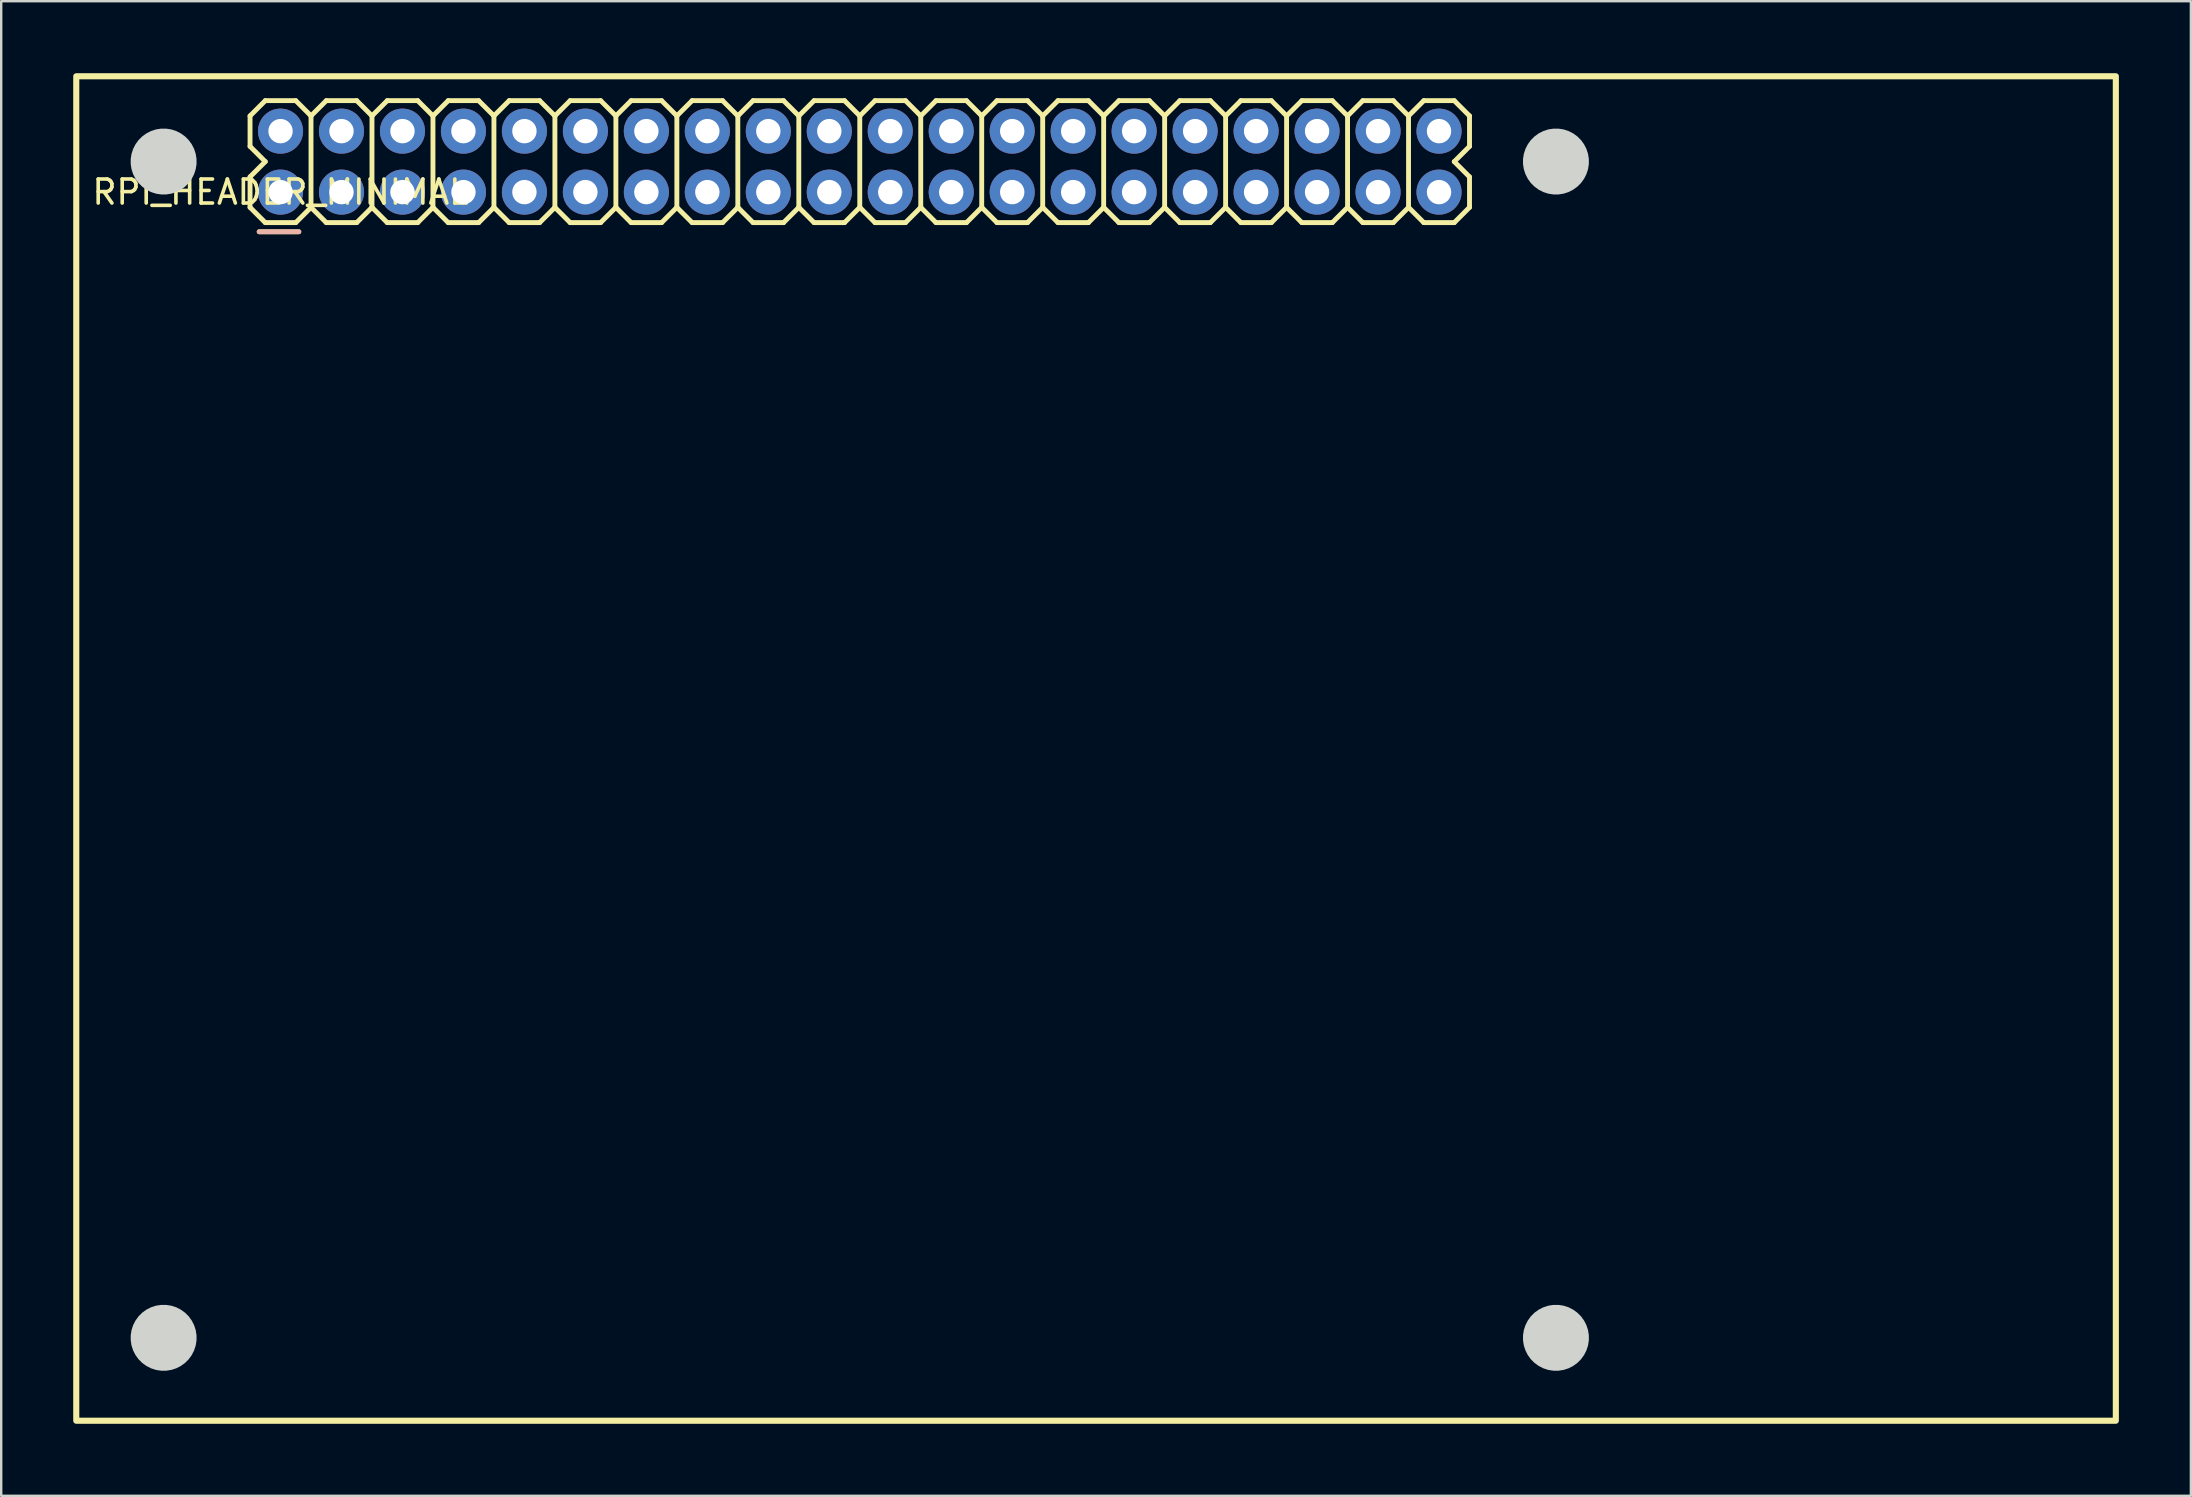
<source format=kicad_pcb>
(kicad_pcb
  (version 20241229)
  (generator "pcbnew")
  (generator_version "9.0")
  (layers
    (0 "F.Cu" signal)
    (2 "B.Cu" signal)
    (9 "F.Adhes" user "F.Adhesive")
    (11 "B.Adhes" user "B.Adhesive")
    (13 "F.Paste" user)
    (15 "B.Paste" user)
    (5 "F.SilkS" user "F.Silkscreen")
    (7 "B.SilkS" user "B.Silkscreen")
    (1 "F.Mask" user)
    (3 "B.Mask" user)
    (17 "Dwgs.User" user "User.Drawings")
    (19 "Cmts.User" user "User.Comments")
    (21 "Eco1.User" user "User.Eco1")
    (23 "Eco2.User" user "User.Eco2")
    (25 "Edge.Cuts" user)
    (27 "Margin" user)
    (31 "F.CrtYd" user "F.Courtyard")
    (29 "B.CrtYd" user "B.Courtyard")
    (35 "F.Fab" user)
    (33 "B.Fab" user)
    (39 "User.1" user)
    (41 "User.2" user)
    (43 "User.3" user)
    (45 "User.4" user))
  (footprint "RPI_HEADER_MINIMAL"
    (layer "F.Cu")
    (at 8.636 4.953)
    (property "Reference" "RPI_HEADER_MINIMAL" (at 0 0 0) (layer "F.SilkS") (effects (font (size 1 1) (thickness 0.15))))
    (fp_line (start -1.27 -3.175) (end -1.27 -1.905) (stroke (width 0.203) (type default)) (layer "F.SilkS"))
    (fp_line (start -1.27 -3.175) (end -0.635 -3.81) (stroke (width 0.203) (type default)) (layer "F.SilkS"))
    (fp_line (start -1.27 -1.905) (end -0.635 -1.27) (stroke (width 0.203) (type default)) (layer "F.SilkS"))
    (fp_line (start -1.27 -0.635) (end -1.27 0.635) (stroke (width 0.203) (type default)) (layer "F.SilkS"))
    (fp_line (start -1.27 0.635) (end -0.635 1.27) (stroke (width 0.203) (type default)) (layer "F.SilkS"))
    (fp_line (start -0.889 1.651) (end 0.762 1.651) (stroke (width 0.203) (type default)) (layer "F.SilkS"))
    (fp_line (start -0.635 -3.81) (end 0.635 -3.81) (stroke (width 0.203) (type default)) (layer "F.SilkS"))
    (fp_line (start -0.635 -1.27) (end -1.27 -0.635) (stroke (width 0.203) (type default)) (layer "F.SilkS"))
    (fp_line (start 0.635 -3.81) (end 1.27 -3.175) (stroke (width 0.203) (type default)) (layer "F.SilkS"))
    (fp_line (start 0.635 1.27) (end -0.635 1.27) (stroke (width 0.203) (type default)) (layer "F.SilkS"))
    (fp_line (start 1.27 -3.175) (end 1.27 0.635) (stroke (width 0.203) (type default)) (layer "F.SilkS"))
    (fp_line (start 1.27 -3.175) (end 1.905 -3.81) (stroke (width 0.203) (type default)) (layer "F.SilkS"))
    (fp_line (start 1.27 0.635) (end 0.635 1.27) (stroke (width 0.203) (type default)) (layer "F.SilkS"))
    (fp_line (start 1.905 -3.81) (end 3.175 -3.81) (stroke (width 0.203) (type default)) (layer "F.SilkS"))
    (fp_line (start 1.905 1.27) (end 1.27 0.635) (stroke (width 0.203) (type default)) (layer "F.SilkS"))
    (fp_line (start 3.175 -3.81) (end 3.81 -3.175) (stroke (width 0.203) (type default)) (layer "F.SilkS"))
    (fp_line (start 3.175 1.27) (end 1.905 1.27) (stroke (width 0.203) (type default)) (layer "F.SilkS"))
    (fp_line (start 3.81 -3.175) (end 3.81 0.635) (stroke (width 0.203) (type default)) (layer "F.SilkS"))
    (fp_line (start 3.81 -3.175) (end 4.445 -3.81) (stroke (width 0.203) (type default)) (layer "F.SilkS"))
    (fp_line (start 3.81 0.635) (end 3.175 1.27) (stroke (width 0.203) (type default)) (layer "F.SilkS"))
    (fp_line (start 4.445 -3.81) (end 5.715 -3.81) (stroke (width 0.203) (type default)) (layer "F.SilkS"))
    (fp_line (start 4.445 1.27) (end 3.81 0.635) (stroke (width 0.203) (type default)) (layer "F.SilkS"))
    (fp_line (start 5.715 -3.81) (end 6.35 -3.175) (stroke (width 0.203) (type default)) (layer "F.SilkS"))
    (fp_line (start 5.715 1.27) (end 4.445 1.27) (stroke (width 0.203) (type default)) (layer "F.SilkS"))
    (fp_line (start 6.35 -3.175) (end 6.35 0.635) (stroke (width 0.203) (type default)) (layer "F.SilkS"))
    (fp_line (start 6.35 0.635) (end 5.715 1.27) (stroke (width 0.203) (type default)) (layer "F.SilkS"))
    (fp_line (start 6.35 0.635) (end 6.985 1.27) (stroke (width 0.203) (type default)) (layer "F.SilkS"))
    (fp_line (start 6.985 -3.81) (end 6.35 -3.175) (stroke (width 0.203) (type default)) (layer "F.SilkS"))
    (fp_line (start 6.985 -3.81) (end 8.255 -3.81) (stroke (width 0.203) (type default)) (layer "F.SilkS"))
    (fp_line (start 8.255 -3.81) (end 8.89 -3.175) (stroke (width 0.203) (type default)) (layer "F.SilkS"))
    (fp_line (start 8.255 1.27) (end 6.985 1.27) (stroke (width 0.203) (type default)) (layer "F.SilkS"))
    (fp_line (start 8.89 -3.175) (end 8.89 0.635) (stroke (width 0.203) (type default)) (layer "F.SilkS"))
    (fp_line (start 8.89 -3.175) (end 9.525 -3.81) (stroke (width 0.203) (type default)) (layer "F.SilkS"))
    (fp_line (start 8.89 0.635) (end 8.255 1.27) (stroke (width 0.203) (type default)) (layer "F.SilkS"))
    (fp_line (start 9.525 -3.81) (end 10.795 -3.81) (stroke (width 0.203) (type default)) (layer "F.SilkS"))
    (fp_line (start 9.525 1.27) (end 8.89 0.635) (stroke (width 0.203) (type default)) (layer "F.SilkS"))
    (fp_line (start 10.795 -3.81) (end 11.43 -3.175) (stroke (width 0.203) (type default)) (layer "F.SilkS"))
    (fp_line (start 10.795 1.27) (end 9.525 1.27) (stroke (width 0.203) (type default)) (layer "F.SilkS"))
    (fp_line (start 11.43 -3.175) (end 11.43 0.635) (stroke (width 0.203) (type default)) (layer "F.SilkS"))
    (fp_line (start 11.43 -3.175) (end 12.065 -3.81) (stroke (width 0.203) (type default)) (layer "F.SilkS"))
    (fp_line (start 11.43 0.635) (end 10.795 1.27) (stroke (width 0.203) (type default)) (layer "F.SilkS"))
    (fp_line (start 12.065 -3.81) (end 13.335 -3.81) (stroke (width 0.203) (type default)) (layer "F.SilkS"))
    (fp_line (start 12.065 1.27) (end 11.43 0.635) (stroke (width 0.203) (type default)) (layer "F.SilkS"))
    (fp_line (start 13.335 -3.81) (end 13.97 -3.175) (stroke (width 0.203) (type default)) (layer "F.SilkS"))
    (fp_line (start 13.335 1.27) (end 12.065 1.27) (stroke (width 0.203) (type default)) (layer "F.SilkS"))
    (fp_line (start 13.97 -3.175) (end 13.97 0.635) (stroke (width 0.203) (type default)) (layer "F.SilkS"))
    (fp_line (start 13.97 0.635) (end 13.335 1.27) (stroke (width 0.203) (type default)) (layer "F.SilkS"))
    (fp_line (start 13.97 0.635) (end 14.605 1.27) (stroke (width 0.203) (type default)) (layer "F.SilkS"))
    (fp_line (start 14.605 -3.81) (end 13.97 -3.175) (stroke (width 0.203) (type default)) (layer "F.SilkS"))
    (fp_line (start 14.605 -3.81) (end 15.875 -3.81) (stroke (width 0.203) (type default)) (layer "F.SilkS"))
    (fp_line (start 15.875 -3.81) (end 16.51 -3.175) (stroke (width 0.203) (type default)) (layer "F.SilkS"))
    (fp_line (start 15.875 1.27) (end 14.605 1.27) (stroke (width 0.203) (type default)) (layer "F.SilkS"))
    (fp_line (start 16.51 -3.175) (end 16.51 0.635) (stroke (width 0.203) (type default)) (layer "F.SilkS"))
    (fp_line (start 16.51 0.635) (end 15.875 1.27) (stroke (width 0.203) (type default)) (layer "F.SilkS"))
    (fp_line (start 16.51 0.635) (end 17.145 1.27) (stroke (width 0.203) (type default)) (layer "F.SilkS"))
    (fp_line (start 17.145 -3.81) (end 16.51 -3.175) (stroke (width 0.203) (type default)) (layer "F.SilkS"))
    (fp_line (start 17.145 -3.81) (end 18.415 -3.81) (stroke (width 0.203) (type default)) (layer "F.SilkS"))
    (fp_line (start 18.415 -3.81) (end 19.05 -3.175) (stroke (width 0.203) (type default)) (layer "F.SilkS"))
    (fp_line (start 18.415 1.27) (end 17.145 1.27) (stroke (width 0.203) (type default)) (layer "F.SilkS"))
    (fp_line (start 19.05 -3.175) (end 19.05 0.635) (stroke (width 0.203) (type default)) (layer "F.SilkS"))
    (fp_line (start 19.05 -3.175) (end 19.685 -3.81) (stroke (width 0.203) (type default)) (layer "F.SilkS"))
    (fp_line (start 19.05 0.635) (end 18.415 1.27) (stroke (width 0.203) (type default)) (layer "F.SilkS"))
    (fp_line (start 19.685 -3.81) (end 20.955 -3.81) (stroke (width 0.203) (type default)) (layer "F.SilkS"))
    (fp_line (start 19.685 1.27) (end 19.05 0.635) (stroke (width 0.203) (type default)) (layer "F.SilkS"))
    (fp_line (start 20.955 -3.81) (end 21.59 -3.175) (stroke (width 0.203) (type default)) (layer "F.SilkS"))
    (fp_line (start 20.955 1.27) (end 19.685 1.27) (stroke (width 0.203) (type default)) (layer "F.SilkS"))
    (fp_line (start 21.59 -3.175) (end 21.59 0.635) (stroke (width 0.203) (type default)) (layer "F.SilkS"))
    (fp_line (start 21.59 -3.175) (end 22.225 -3.81) (stroke (width 0.203) (type default)) (layer "F.SilkS"))
    (fp_line (start 21.59 0.635) (end 20.955 1.27) (stroke (width 0.203) (type default)) (layer "F.SilkS"))
    (fp_line (start 22.225 -3.81) (end 23.495 -3.81) (stroke (width 0.203) (type default)) (layer "F.SilkS"))
    (fp_line (start 22.225 1.27) (end 21.59 0.635) (stroke (width 0.203) (type default)) (layer "F.SilkS"))
    (fp_line (start 23.495 -3.81) (end 24.13 -3.175) (stroke (width 0.203) (type default)) (layer "F.SilkS"))
    (fp_line (start 23.495 1.27) (end 22.225 1.27) (stroke (width 0.203) (type default)) (layer "F.SilkS"))
    (fp_line (start 24.13 -3.175) (end 24.13 0.635) (stroke (width 0.203) (type default)) (layer "F.SilkS"))
    (fp_line (start 24.13 0.635) (end 23.495 1.27) (stroke (width 0.203) (type default)) (layer "F.SilkS"))
    (fp_line (start 24.13 0.635) (end 24.765 1.27) (stroke (width 0.203) (type default)) (layer "F.SilkS"))
    (fp_line (start 24.765 -3.81) (end 24.13 -3.175) (stroke (width 0.203) (type default)) (layer "F.SilkS"))
    (fp_line (start 24.765 -3.81) (end 26.035 -3.81) (stroke (width 0.203) (type default)) (layer "F.SilkS"))
    (fp_line (start 26.035 -3.81) (end 26.67 -3.175) (stroke (width 0.203) (type default)) (layer "F.SilkS"))
    (fp_line (start 26.035 1.27) (end 24.765 1.27) (stroke (width 0.203) (type default)) (layer "F.SilkS"))
    (fp_line (start 26.67 -3.175) (end 26.67 0.635) (stroke (width 0.203) (type default)) (layer "F.SilkS"))
    (fp_line (start 26.67 -3.175) (end 27.305 -3.81) (stroke (width 0.203) (type default)) (layer "F.SilkS"))
    (fp_line (start 26.67 0.635) (end 26.035 1.27) (stroke (width 0.203) (type default)) (layer "F.SilkS"))
    (fp_line (start 27.305 -3.81) (end 28.575 -3.81) (stroke (width 0.203) (type default)) (layer "F.SilkS"))
    (fp_line (start 27.305 1.27) (end 26.67 0.635) (stroke (width 0.203) (type default)) (layer "F.SilkS"))
    (fp_line (start 28.575 -3.81) (end 29.21 -3.175) (stroke (width 0.203) (type default)) (layer "F.SilkS"))
    (fp_line (start 28.575 1.27) (end 27.305 1.27) (stroke (width 0.203) (type default)) (layer "F.SilkS"))
    (fp_line (start 29.21 -3.175) (end 29.21 0.635) (stroke (width 0.203) (type default)) (layer "F.SilkS"))
    (fp_line (start 29.21 -3.175) (end 29.845 -3.81) (stroke (width 0.203) (type default)) (layer "F.SilkS"))
    (fp_line (start 29.21 0.635) (end 28.575 1.27) (stroke (width 0.203) (type default)) (layer "F.SilkS"))
    (fp_line (start 29.845 -3.81) (end 31.115 -3.81) (stroke (width 0.203) (type default)) (layer "F.SilkS"))
    (fp_line (start 29.845 1.27) (end 29.21 0.635) (stroke (width 0.203) (type default)) (layer "F.SilkS"))
    (fp_line (start 31.115 -3.81) (end 31.75 -3.175) (stroke (width 0.203) (type default)) (layer "F.SilkS"))
    (fp_line (start 31.115 1.27) (end 29.845 1.27) (stroke (width 0.203) (type default)) (layer "F.SilkS"))
    (fp_line (start 31.75 -3.175) (end 31.75 0.635) (stroke (width 0.203) (type default)) (layer "F.SilkS"))
    (fp_line (start 31.75 0.635) (end 31.115 1.27) (stroke (width 0.203) (type default)) (layer "F.SilkS"))
    (fp_line (start 32.385 -3.81) (end 31.75 -3.175) (stroke (width 0.203) (type default)) (layer "F.SilkS"))
    (fp_line (start 32.385 -3.81) (end 33.655 -3.81) (stroke (width 0.203) (type default)) (layer "F.SilkS"))
    (fp_line (start 32.385 1.27) (end 31.75 0.635) (stroke (width 0.203) (type default)) (layer "F.SilkS"))
    (fp_line (start 33.655 -3.81) (end 34.29 -3.175) (stroke (width 0.203) (type default)) (layer "F.SilkS"))
    (fp_line (start 33.655 1.27) (end 32.385 1.27) (stroke (width 0.203) (type default)) (layer "F.SilkS"))
    (fp_line (start 34.29 -3.175) (end 34.29 0.635) (stroke (width 0.203) (type default)) (layer "F.SilkS"))
    (fp_line (start 34.29 0.635) (end 33.655 1.27) (stroke (width 0.203) (type default)) (layer "F.SilkS"))
    (fp_line (start 34.925 -3.81) (end 34.29 -3.175) (stroke (width 0.203) (type default)) (layer "F.SilkS"))
    (fp_line (start 34.925 -3.81) (end 36.195 -3.81) (stroke (width 0.203) (type default)) (layer "F.SilkS"))
    (fp_line (start 34.925 1.27) (end 34.29 0.635) (stroke (width 0.203) (type default)) (layer "F.SilkS"))
    (fp_line (start 36.195 -3.81) (end 36.83 -3.175) (stroke (width 0.203) (type default)) (layer "F.SilkS"))
    (fp_line (start 36.195 1.27) (end 34.925 1.27) (stroke (width 0.203) (type default)) (layer "F.SilkS"))
    (fp_line (start 36.83 -3.175) (end 36.83 0.635) (stroke (width 0.203) (type default)) (layer "F.SilkS"))
    (fp_line (start 36.83 -3.175) (end 37.465 -3.81) (stroke (width 0.203) (type default)) (layer "F.SilkS"))
    (fp_line (start 36.83 0.635) (end 36.195 1.27) (stroke (width 0.203) (type default)) (layer "F.SilkS"))
    (fp_line (start 37.465 -3.81) (end 38.735 -3.81) (stroke (width 0.203) (type default)) (layer "F.SilkS"))
    (fp_line (start 37.465 1.27) (end 36.83 0.635) (stroke (width 0.203) (type default)) (layer "F.SilkS"))
    (fp_line (start 38.735 -3.81) (end 39.37 -3.175) (stroke (width 0.203) (type default)) (layer "F.SilkS"))
    (fp_line (start 38.735 1.27) (end 37.465 1.27) (stroke (width 0.203) (type default)) (layer "F.SilkS"))
    (fp_line (start 38.735 1.27) (end 39.37 0.635) (stroke (width 0.203) (type default)) (layer "F.SilkS"))
    (fp_line (start 39.37 -3.175) (end 39.37 0.635) (stroke (width 0.203) (type default)) (layer "F.SilkS"))
    (fp_line (start 39.37 -3.175) (end 40.005 -3.81) (stroke (width 0.203) (type default)) (layer "F.SilkS"))
    (fp_line (start 40.005 -3.81) (end 41.275 -3.81) (stroke (width 0.203) (type default)) (layer "F.SilkS"))
    (fp_line (start 40.005 1.27) (end 39.37 0.635) (stroke (width 0.203) (type default)) (layer "F.SilkS"))
    (fp_line (start 41.275 -3.81) (end 41.91 -3.175) (stroke (width 0.203) (type default)) (layer "F.SilkS"))
    (fp_line (start 41.275 1.27) (end 40.005 1.27) (stroke (width 0.203) (type default)) (layer "F.SilkS"))
    (fp_line (start 41.91 -3.175) (end 41.91 0.635) (stroke (width 0.203) (type default)) (layer "F.SilkS"))
    (fp_line (start 41.91 0.635) (end 41.275 1.27) (stroke (width 0.203) (type default)) (layer "F.SilkS"))
    (fp_line (start 42.545 -3.81) (end 41.91 -3.175) (stroke (width 0.203) (type default)) (layer "F.SilkS"))
    (fp_line (start 42.545 -3.81) (end 43.815 -3.81) (stroke (width 0.203) (type default)) (layer "F.SilkS"))
    (fp_line (start 42.545 1.27) (end 41.91 0.635) (stroke (width 0.203) (type default)) (layer "F.SilkS"))
    (fp_line (start 43.815 -3.81) (end 44.45 -3.175) (stroke (width 0.203) (type default)) (layer "F.SilkS"))
    (fp_line (start 43.815 1.27) (end 42.545 1.27) (stroke (width 0.203) (type default)) (layer "F.SilkS"))
    (fp_line (start 44.45 -3.175) (end 44.45 0.635) (stroke (width 0.203) (type default)) (layer "F.SilkS"))
    (fp_line (start 44.45 -3.175) (end 45.085 -3.81) (stroke (width 0.203) (type default)) (layer "F.SilkS"))
    (fp_line (start 44.45 0.635) (end 43.815 1.27) (stroke (width 0.203) (type default)) (layer "F.SilkS"))
    (fp_line (start 45.085 -3.81) (end 46.355 -3.81) (stroke (width 0.203) (type default)) (layer "F.SilkS"))
    (fp_line (start 45.085 1.27) (end 44.45 0.635) (stroke (width 0.203) (type default)) (layer "F.SilkS"))
    (fp_line (start 46.355 -3.81) (end 46.99 -3.175) (stroke (width 0.203) (type default)) (layer "F.SilkS"))
    (fp_line (start 46.355 1.27) (end 45.085 1.27) (stroke (width 0.203) (type default)) (layer "F.SilkS"))
    (fp_line (start 46.355 1.27) (end 46.99 0.635) (stroke (width 0.203) (type default)) (layer "F.SilkS"))
    (fp_line (start 46.99 -3.175) (end 46.99 0.635) (stroke (width 0.203) (type default)) (layer "F.SilkS"))
    (fp_line (start 46.99 -3.175) (end 47.625 -3.81) (stroke (width 0.203) (type default)) (layer "F.SilkS"))
    (fp_line (start 47.625 -3.81) (end 48.895 -3.81) (stroke (width 0.203) (type default)) (layer "F.SilkS"))
    (fp_line (start 47.625 1.27) (end 46.99 0.635) (stroke (width 0.203) (type default)) (layer "F.SilkS"))
    (fp_line (start 48.895 -3.81) (end 49.53 -3.175) (stroke (width 0.203) (type default)) (layer "F.SilkS"))
    (fp_line (start 48.895 -1.27) (end 49.53 -0.635) (stroke (width 0.203) (type default)) (layer "F.SilkS"))
    (fp_line (start 48.895 1.27) (end 47.625 1.27) (stroke (width 0.203) (type default)) (layer "F.SilkS"))
    (fp_line (start 48.895 1.27) (end 49.53 0.635) (stroke (width 0.203) (type default)) (layer "F.SilkS"))
    (fp_line (start 49.53 -1.905) (end 48.895 -1.27) (stroke (width 0.203) (type default)) (layer "F.SilkS"))
    (fp_line (start 49.53 -1.905) (end 49.53 -3.175) (stroke (width 0.203) (type default)) (layer "F.SilkS"))
    (fp_line (start 49.53 0.635) (end 49.53 -0.635) (stroke (width 0.203) (type default)) (layer "F.SilkS"))
    (fp_rect (start -8.509 -4.826) (end 76.454 51.181) (stroke (width 0.254) (type default)) (fill no) (layer "F.SilkS"))
    (fp_line (start -0.889 1.651) (end 0.762 1.651) (stroke (width 0.203) (type default)) (layer "B.SilkS"))
    (fp_poly (pts (xy -0.254 -2.794) (xy 0.254 -2.794) (xy 0.254 -2.286) (xy -0.254 -2.286)) (stroke (width 0.1) (type default)) (fill no) (layer "Dwgs.User"))
    (fp_poly (pts (xy -0.254 -0.254) (xy 0.254 -0.254) (xy 0.254 0.254) (xy -0.254 0.254)) (stroke (width 0.1) (type default)) (fill no) (layer "Dwgs.User"))
    (fp_poly (pts (xy 2.286 -2.794) (xy 2.794 -2.794) (xy 2.794 -2.286) (xy 2.286 -2.286)) (stroke (width 0.1) (type default)) (fill no) (layer "Dwgs.User"))
    (fp_poly (pts (xy 2.286 -0.254) (xy 2.794 -0.254) (xy 2.794 0.254) (xy 2.286 0.254)) (stroke (width 0.1) (type default)) (fill no) (layer "Dwgs.User"))
    (fp_poly (pts (xy 4.826 -2.794) (xy 5.334 -2.794) (xy 5.334 -2.286) (xy 4.826 -2.286)) (stroke (width 0.1) (type default)) (fill no) (layer "Dwgs.User"))
    (fp_poly (pts (xy 4.826 -0.254) (xy 5.334 -0.254) (xy 5.334 0.254) (xy 4.826 0.254)) (stroke (width 0.1) (type default)) (fill no) (layer "Dwgs.User"))
    (fp_poly (pts (xy 7.366 -2.794) (xy 7.874 -2.794) (xy 7.874 -2.286) (xy 7.366 -2.286)) (stroke (width 0.1) (type default)) (fill no) (layer "Dwgs.User"))
    (fp_poly (pts (xy 7.366 -0.254) (xy 7.874 -0.254) (xy 7.874 0.254) (xy 7.366 0.254)) (stroke (width 0.1) (type default)) (fill no) (layer "Dwgs.User"))
    (fp_poly (pts (xy 9.906 -2.794) (xy 10.414 -2.794) (xy 10.414 -2.286) (xy 9.906 -2.286)) (stroke (width 0.1) (type default)) (fill no) (layer "Dwgs.User"))
    (fp_poly (pts (xy 9.906 -0.254) (xy 10.414 -0.254) (xy 10.414 0.254) (xy 9.906 0.254)) (stroke (width 0.1) (type default)) (fill no) (layer "Dwgs.User"))
    (fp_poly (pts (xy 12.446 -2.794) (xy 12.954 -2.794) (xy 12.954 -2.286) (xy 12.446 -2.286)) (stroke (width 0.1) (type default)) (fill no) (layer "Dwgs.User"))
    (fp_poly (pts (xy 12.446 -0.254) (xy 12.954 -0.254) (xy 12.954 0.254) (xy 12.446 0.254)) (stroke (width 0.1) (type default)) (fill no) (layer "Dwgs.User"))
    (fp_poly (pts (xy 14.986 -2.794) (xy 15.494 -2.794) (xy 15.494 -2.286) (xy 14.986 -2.286)) (stroke (width 0.1) (type default)) (fill no) (layer "Dwgs.User"))
    (fp_poly (pts (xy 14.986 -0.254) (xy 15.494 -0.254) (xy 15.494 0.254) (xy 14.986 0.254)) (stroke (width 0.1) (type default)) (fill no) (layer "Dwgs.User"))
    (fp_poly (pts (xy 17.526 -2.794) (xy 18.034 -2.794) (xy 18.034 -2.286) (xy 17.526 -2.286)) (stroke (width 0.1) (type default)) (fill no) (layer "Dwgs.User"))
    (fp_poly (pts (xy 17.526 -0.254) (xy 18.034 -0.254) (xy 18.034 0.254) (xy 17.526 0.254)) (stroke (width 0.1) (type default)) (fill no) (layer "Dwgs.User"))
    (fp_poly (pts (xy 20.066 -2.794) (xy 20.574 -2.794) (xy 20.574 -2.286) (xy 20.066 -2.286)) (stroke (width 0.1) (type default)) (fill no) (layer "Dwgs.User"))
    (fp_poly (pts (xy 20.066 -0.254) (xy 20.574 -0.254) (xy 20.574 0.254) (xy 20.066 0.254)) (stroke (width 0.1) (type default)) (fill no) (layer "Dwgs.User"))
    (fp_poly (pts (xy 22.606 -2.794) (xy 23.114 -2.794) (xy 23.114 -2.286) (xy 22.606 -2.286)) (stroke (width 0.1) (type default)) (fill no) (layer "Dwgs.User"))
    (fp_poly (pts (xy 22.606 -0.254) (xy 23.114 -0.254) (xy 23.114 0.254) (xy 22.606 0.254)) (stroke (width 0.1) (type default)) (fill no) (layer "Dwgs.User"))
    (fp_poly (pts (xy 25.146 -2.794) (xy 25.654 -2.794) (xy 25.654 -2.286) (xy 25.146 -2.286)) (stroke (width 0.1) (type default)) (fill no) (layer "Dwgs.User"))
    (fp_poly (pts (xy 25.146 -0.254) (xy 25.654 -0.254) (xy 25.654 0.254) (xy 25.146 0.254)) (stroke (width 0.1) (type default)) (fill no) (layer "Dwgs.User"))
    (fp_poly (pts (xy 27.686 -2.794) (xy 28.194 -2.794) (xy 28.194 -2.286) (xy 27.686 -2.286)) (stroke (width 0.1) (type default)) (fill no) (layer "Dwgs.User"))
    (fp_poly (pts (xy 27.686 -0.254) (xy 28.194 -0.254) (xy 28.194 0.254) (xy 27.686 0.254)) (stroke (width 0.1) (type default)) (fill no) (layer "Dwgs.User"))
    (fp_poly (pts (xy 30.226 -2.794) (xy 30.734 -2.794) (xy 30.734 -2.286) (xy 30.226 -2.286)) (stroke (width 0.1) (type default)) (fill no) (layer "Dwgs.User"))
    (fp_poly (pts (xy 30.226 -0.254) (xy 30.734 -0.254) (xy 30.734 0.254) (xy 30.226 0.254)) (stroke (width 0.1) (type default)) (fill no) (layer "Dwgs.User"))
    (fp_poly (pts (xy 32.766 -2.794) (xy 33.274 -2.794) (xy 33.274 -2.286) (xy 32.766 -2.286)) (stroke (width 0.1) (type default)) (fill no) (layer "Dwgs.User"))
    (fp_poly (pts (xy 32.766 -0.254) (xy 33.274 -0.254) (xy 33.274 0.254) (xy 32.766 0.254)) (stroke (width 0.1) (type default)) (fill no) (layer "Dwgs.User"))
    (fp_poly (pts (xy 35.306 -2.794) (xy 35.814 -2.794) (xy 35.814 -2.286) (xy 35.306 -2.286)) (stroke (width 0.1) (type default)) (fill no) (layer "Dwgs.User"))
    (fp_poly (pts (xy 35.306 -0.254) (xy 35.814 -0.254) (xy 35.814 0.254) (xy 35.306 0.254)) (stroke (width 0.1) (type default)) (fill no) (layer "Dwgs.User"))
    (fp_poly (pts (xy 37.846 -2.794) (xy 38.354 -2.794) (xy 38.354 -2.286) (xy 37.846 -2.286)) (stroke (width 0.1) (type default)) (fill no) (layer "Dwgs.User"))
    (fp_poly (pts (xy 37.846 -0.254) (xy 38.354 -0.254) (xy 38.354 0.254) (xy 37.846 0.254)) (stroke (width 0.1) (type default)) (fill no) (layer "Dwgs.User"))
    (fp_poly (pts (xy 40.386 -2.794) (xy 40.894 -2.794) (xy 40.894 -2.286) (xy 40.386 -2.286)) (stroke (width 0.1) (type default)) (fill no) (layer "Dwgs.User"))
    (fp_poly (pts (xy 40.386 -0.254) (xy 40.894 -0.254) (xy 40.894 0.254) (xy 40.386 0.254)) (stroke (width 0.1) (type default)) (fill no) (layer "Dwgs.User"))
    (fp_poly (pts (xy 42.926 -2.794) (xy 43.434 -2.794) (xy 43.434 -2.286) (xy 42.926 -2.286)) (stroke (width 0.1) (type default)) (fill no) (layer "Dwgs.User"))
    (fp_poly (pts (xy 42.926 -0.254) (xy 43.434 -0.254) (xy 43.434 0.254) (xy 42.926 0.254)) (stroke (width 0.1) (type default)) (fill no) (layer "Dwgs.User"))
    (fp_poly (pts (xy 45.466 -2.794) (xy 45.974 -2.794) (xy 45.974 -2.286) (xy 45.466 -2.286)) (stroke (width 0.1) (type default)) (fill no) (layer "Dwgs.User"))
    (fp_poly (pts (xy 45.466 -0.254) (xy 45.974 -0.254) (xy 45.974 0.254) (xy 45.466 0.254)) (stroke (width 0.1) (type default)) (fill no) (layer "Dwgs.User"))
    (fp_poly (pts (xy 48.006 -2.794) (xy 48.514 -2.794) (xy 48.514 -2.286) (xy 48.006 -2.286)) (stroke (width 0.1) (type default)) (fill no) (layer "Dwgs.User"))
    (fp_poly (pts (xy 48.006 -0.254) (xy 48.514 -0.254) (xy 48.514 0.254) (xy 48.006 0.254)) (stroke (width 0.1) (type default)) (fill no) (layer "Dwgs.User"))
    (fp_poly (pts (xy -3.499 -1.381) (xy -3.533 -1.594) (xy -3.6 -1.8) (xy -3.698 -1.992) (xy -3.824 -2.166) (xy -3.977 -2.319) (xy -4.152 -2.446) (xy -4.344 -2.544) (xy -4.549 -2.611) (xy -4.762 -2.644) (xy -4.978 -2.644) (xy -5.191 -2.611) (xy -5.396 -2.544) (xy -5.588 -2.446) (xy -5.763 -2.319) (xy -5.916 -2.166) (xy -6.042 -1.992) (xy -6.14 -1.8) (xy -6.207 -1.594) (xy -6.241 -1.381) (xy -6.241 -1.166) (xy -6.207 -0.953) (xy -6.14 -0.747) (xy -6.042 -0.555) (xy -5.916 -0.381) (xy -5.763 -0.228) (xy -5.588 -0.101) (xy -5.396 -0.003) (xy -5.191 0.064) (xy -4.978 0.097) (xy -4.762 0.097) (xy -4.549 0.064) (xy -4.344 -0.003) (xy -4.152 -0.101) (xy -3.977 -0.228) (xy -3.824 -0.381) (xy -3.698 -0.555) (xy -3.6 -0.747) (xy -3.533 -0.953) (xy -3.499 -1.166)) (stroke (width 0) (type default)) (fill yes) (layer "Edge.Cuts"))
    (fp_poly (pts (xy -3.499 47.619) (xy -3.533 47.406) (xy -3.6 47.2) (xy -3.698 47.008) (xy -3.824 46.834) (xy -3.977 46.681) (xy -4.152 46.554) (xy -4.344 46.456) (xy -4.549 46.389) (xy -4.762 46.356) (xy -4.978 46.356) (xy -5.191 46.389) (xy -5.396 46.456) (xy -5.588 46.554) (xy -5.763 46.681) (xy -5.916 46.834) (xy -6.042 47.008) (xy -6.14 47.2) (xy -6.207 47.406) (xy -6.241 47.619) (xy -6.241 47.834) (xy -6.207 48.047) (xy -6.14 48.253) (xy -6.042 48.445) (xy -5.916 48.619) (xy -5.763 48.772) (xy -5.588 48.899) (xy -5.396 48.997) (xy -5.191 49.064) (xy -4.978 49.097) (xy -4.762 49.097) (xy -4.549 49.064) (xy -4.344 48.997) (xy -4.152 48.899) (xy -3.977 48.772) (xy -3.824 48.619) (xy -3.698 48.445) (xy -3.6 48.253) (xy -3.533 48.047) (xy -3.499 47.834)) (stroke (width 0) (type default)) (fill yes) (layer "Edge.Cuts"))
    (fp_poly (pts (xy 54.501 -1.381) (xy 54.467 -1.594) (xy 54.4 -1.8) (xy 54.302 -1.992) (xy 54.176 -2.166) (xy 54.023 -2.319) (xy 53.848 -2.446) (xy 53.656 -2.544) (xy 53.451 -2.611) (xy 53.238 -2.644) (xy 53.022 -2.644) (xy 52.809 -2.611) (xy 52.604 -2.544) (xy 52.412 -2.446) (xy 52.237 -2.319) (xy 52.084 -2.166) (xy 51.958 -1.992) (xy 51.86 -1.8) (xy 51.793 -1.594) (xy 51.759 -1.381) (xy 51.759 -1.166) (xy 51.793 -0.953) (xy 51.86 -0.747) (xy 51.958 -0.555) (xy 52.084 -0.381) (xy 52.237 -0.228) (xy 52.412 -0.101) (xy 52.604 -0.003) (xy 52.809 0.064) (xy 53.022 0.097) (xy 53.238 0.097) (xy 53.451 0.064) (xy 53.656 -0.003) (xy 53.848 -0.101) (xy 54.023 -0.228) (xy 54.176 -0.381) (xy 54.302 -0.555) (xy 54.4 -0.747) (xy 54.467 -0.953) (xy 54.501 -1.166)) (stroke (width 0) (type default)) (fill yes) (layer "Edge.Cuts"))
    (fp_poly (pts (xy 54.501 47.619) (xy 54.467 47.406) (xy 54.4 47.2) (xy 54.302 47.008) (xy 54.176 46.834) (xy 54.023 46.681) (xy 53.848 46.554) (xy 53.656 46.456) (xy 53.451 46.389) (xy 53.238 46.356) (xy 53.022 46.356) (xy 52.809 46.389) (xy 52.604 46.456) (xy 52.412 46.554) (xy 52.237 46.681) (xy 52.084 46.834) (xy 51.958 47.008) (xy 51.86 47.2) (xy 51.793 47.406) (xy 51.759 47.619) (xy 51.759 47.834) (xy 51.793 48.047) (xy 51.86 48.253) (xy 51.958 48.445) (xy 52.084 48.619) (xy 52.237 48.772) (xy 52.412 48.899) (xy 52.604 48.997) (xy 52.809 49.064) (xy 53.022 49.097) (xy 53.238 49.097) (xy 53.451 49.064) (xy 53.656 48.997) (xy 53.848 48.899) (xy 54.023 48.772) (xy 54.176 48.619) (xy 54.302 48.445) (xy 54.4 48.253) (xy 54.467 48.047) (xy 54.501 47.834)) (stroke (width 0) (type default)) (fill yes) (layer "Edge.Cuts"))
    (fp_circle (center -4.894 -1.274) (end -3.28 -1.274) (stroke (width 0.203) (type default)) (fill no) (layer "User.1"))
    (fp_circle (center -4.894 47.727) (end -3.28 47.727) (stroke (width 0.203) (type default)) (fill no) (layer "User.1"))
    (fp_circle (center -4.87 -1.274) (end -3.256 -1.274) (stroke (width 0.203) (type default)) (fill no) (layer "User.1"))
    (fp_circle (center -4.87 -1.274) (end -2.076 -1.274) (stroke (width 0.127) (type default)) (fill no) (layer "User.1"))
    (fp_circle (center -4.87 47.727) (end -3.256 47.727) (stroke (width 0.203) (type default)) (fill no) (layer "User.1"))
    (fp_circle (center -4.87 47.727) (end -2.076 47.727) (stroke (width 0.127) (type default)) (fill no) (layer "User.1"))
    (fp_circle (center 53.106 -1.274) (end 54.719 -1.274) (stroke (width 0.203) (type default)) (fill no) (layer "User.1"))
    (fp_circle (center 53.106 47.727) (end 54.719 47.727) (stroke (width 0.203) (type default)) (fill no) (layer "User.1"))
    (fp_circle (center 53.13 -1.274) (end 54.743 -1.274) (stroke (width 0.203) (type default)) (fill no) (layer "User.1"))
    (fp_circle (center 53.13 -1.274) (end 55.924 -1.274) (stroke (width 0.127) (type default)) (fill no) (layer "User.1"))
    (fp_circle (center 53.13 47.727) (end 54.743 47.727) (stroke (width 0.203) (type default)) (fill no) (layer "User.1"))
    (fp_circle (center 53.13 47.727) (end 55.924 47.727) (stroke (width 0.127) (type default)) (fill no) (layer "User.1"))
    (pad "1" thru_hole circle (at 0 0 90) (size 1.879 1.879) (drill 1.016) (layers "*.Cu" "*.Mask"))
    (pad "2" thru_hole circle (at 0 -2.54 270) (size 1.879 1.879) (drill 1.016) (layers "*.Cu" "*.Mask"))
    (pad "3" thru_hole circle (at 2.54 0 90) (size 1.879 1.879) (drill 1.016) (layers "*.Cu" "*.Mask"))
    (pad "4" thru_hole circle (at 2.54 -2.54 270) (size 1.879 1.879) (drill 1.016) (layers "*.Cu" "*.Mask"))
    (pad "5" thru_hole circle (at 5.08 0 90) (size 1.879 1.879) (drill 1.016) (layers "*.Cu" "*.Mask"))
    (pad "6" thru_hole circle (at 5.08 -2.54 270) (size 1.879 1.879) (drill 1.016) (layers "*.Cu" "*.Mask"))
    (pad "7" thru_hole circle (at 7.62 0 90) (size 1.879 1.879) (drill 1.016) (layers "*.Cu" "*.Mask"))
    (pad "8" thru_hole circle (at 7.62 -2.54 270) (size 1.879 1.879) (drill 1.016) (layers "*.Cu" "*.Mask"))
    (pad "9" thru_hole circle (at 10.16 0 90) (size 1.879 1.879) (drill 1.016) (layers "*.Cu" "*.Mask"))
    (pad "10" thru_hole circle (at 10.16 -2.54 270) (size 1.879 1.879) (drill 1.016) (layers "*.Cu" "*.Mask"))
    (pad "11" thru_hole circle (at 12.7 0 90) (size 1.879 1.879) (drill 1.016) (layers "*.Cu" "*.Mask"))
    (pad "12" thru_hole circle (at 12.7 -2.54 270) (size 1.879 1.879) (drill 1.016) (layers "*.Cu" "*.Mask"))
    (pad "13" thru_hole circle (at 15.24 0 90) (size 1.879 1.879) (drill 1.016) (layers "*.Cu" "*.Mask"))
    (pad "14" thru_hole circle (at 15.24 -2.54 270) (size 1.879 1.879) (drill 1.016) (layers "*.Cu" "*.Mask"))
    (pad "15" thru_hole circle (at 17.78 0 90) (size 1.879 1.879) (drill 1.016) (layers "*.Cu" "*.Mask"))
    (pad "16" thru_hole circle (at 17.78 -2.54 270) (size 1.879 1.879) (drill 1.016) (layers "*.Cu" "*.Mask"))
    (pad "17" thru_hole circle (at 20.32 0 90) (size 1.879 1.879) (drill 1.016) (layers "*.Cu" "*.Mask"))
    (pad "18" thru_hole circle (at 20.32 -2.54 270) (size 1.879 1.879) (drill 1.016) (layers "*.Cu" "*.Mask"))
    (pad "19" thru_hole circle (at 22.86 0 90) (size 1.879 1.879) (drill 1.016) (layers "*.Cu" "*.Mask"))
    (pad "20" thru_hole circle (at 22.86 -2.54 270) (size 1.879 1.879) (drill 1.016) (layers "*.Cu" "*.Mask"))
    (pad "21" thru_hole circle (at 25.4 0 90) (size 1.879 1.879) (drill 1.016) (layers "*.Cu" "*.Mask"))
    (pad "22" thru_hole circle (at 25.4 -2.54 270) (size 1.879 1.879) (drill 1.016) (layers "*.Cu" "*.Mask"))
    (pad "23" thru_hole circle (at 27.94 0 90) (size 1.879 1.879) (drill 1.016) (layers "*.Cu" "*.Mask"))
    (pad "24" thru_hole circle (at 27.94 -2.54 270) (size 1.879 1.879) (drill 1.016) (layers "*.Cu" "*.Mask"))
    (pad "25" thru_hole circle (at 30.48 0 90) (size 1.879 1.879) (drill 1.016) (layers "*.Cu" "*.Mask"))
    (pad "26" thru_hole circle (at 30.48 -2.54 270) (size 1.879 1.879) (drill 1.016) (layers "*.Cu" "*.Mask"))
    (pad "27" thru_hole circle (at 33.02 0 270) (size 1.879 1.879) (drill 1.016) (layers "*.Cu" "*.Mask"))
    (pad "28" thru_hole circle (at 33.02 -2.54 270) (size 1.879 1.879) (drill 1.016) (layers "*.Cu" "*.Mask"))
    (pad "29" thru_hole circle (at 35.56 0 270) (size 1.879 1.879) (drill 1.016) (layers "*.Cu" "*.Mask"))
    (pad "30" thru_hole circle (at 35.56 -2.54 270) (size 1.879 1.879) (drill 1.016) (layers "*.Cu" "*.Mask"))
    (pad "31" thru_hole circle (at 38.1 0 270) (size 1.879 1.879) (drill 1.016) (layers "*.Cu" "*.Mask"))
    (pad "32" thru_hole circle (at 38.1 -2.54 270) (size 1.879 1.879) (drill 1.016) (layers "*.Cu" "*.Mask"))
    (pad "33" thru_hole circle (at 40.64 0 270) (size 1.879 1.879) (drill 1.016) (layers "*.Cu" "*.Mask"))
    (pad "34" thru_hole circle (at 40.64 -2.54 270) (size 1.879 1.879) (drill 1.016) (layers "*.Cu" "*.Mask"))
    (pad "35" thru_hole circle (at 43.18 0 270) (size 1.879 1.879) (drill 1.016) (layers "*.Cu" "*.Mask"))
    (pad "36" thru_hole circle (at 43.18 -2.54 270) (size 1.879 1.879) (drill 1.016) (layers "*.Cu" "*.Mask"))
    (pad "37" thru_hole circle (at 45.72 0 270) (size 1.879 1.879) (drill 1.016) (layers "*.Cu" "*.Mask"))
    (pad "38" thru_hole circle (at 45.72 -2.54 270) (size 1.879 1.879) (drill 1.016) (layers "*.Cu" "*.Mask"))
    (pad "39" thru_hole circle (at 48.26 0 270) (size 1.879 1.879) (drill 1.016) (layers "*.Cu" "*.Mask"))
    (pad "40" thru_hole circle (at 48.26 -2.54 270) (size 1.879 1.879) (drill 1.016) (layers "*.Cu" "*.Mask")))
  (gr_rect
    (start -3 -3)
    (end 88.217 59.261)
    (stroke (width 0.1) (type default))
    (fill no)
    (layer "Edge.Cuts")))
</source>
